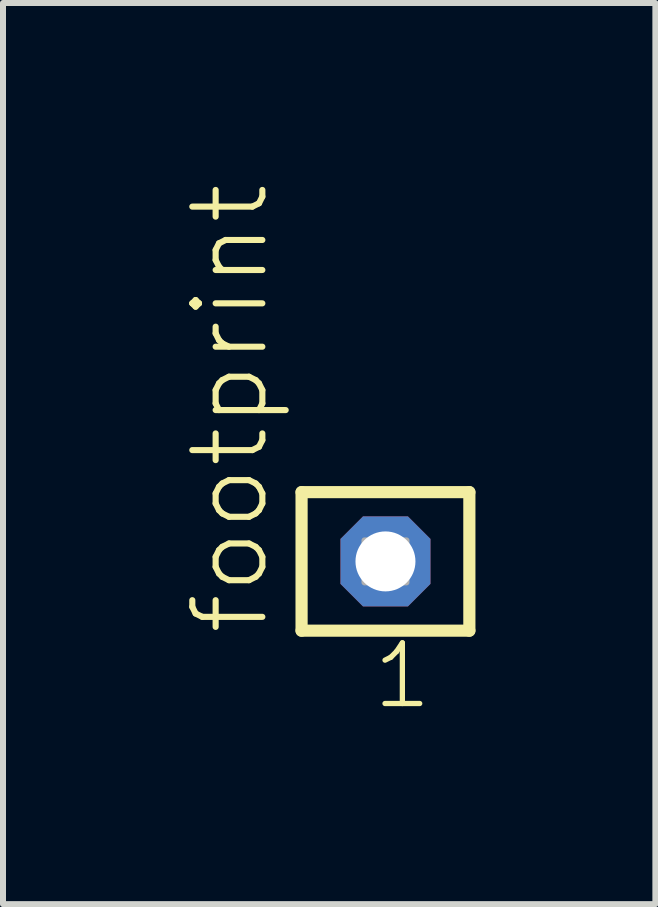
<source format=kicad_pcb>
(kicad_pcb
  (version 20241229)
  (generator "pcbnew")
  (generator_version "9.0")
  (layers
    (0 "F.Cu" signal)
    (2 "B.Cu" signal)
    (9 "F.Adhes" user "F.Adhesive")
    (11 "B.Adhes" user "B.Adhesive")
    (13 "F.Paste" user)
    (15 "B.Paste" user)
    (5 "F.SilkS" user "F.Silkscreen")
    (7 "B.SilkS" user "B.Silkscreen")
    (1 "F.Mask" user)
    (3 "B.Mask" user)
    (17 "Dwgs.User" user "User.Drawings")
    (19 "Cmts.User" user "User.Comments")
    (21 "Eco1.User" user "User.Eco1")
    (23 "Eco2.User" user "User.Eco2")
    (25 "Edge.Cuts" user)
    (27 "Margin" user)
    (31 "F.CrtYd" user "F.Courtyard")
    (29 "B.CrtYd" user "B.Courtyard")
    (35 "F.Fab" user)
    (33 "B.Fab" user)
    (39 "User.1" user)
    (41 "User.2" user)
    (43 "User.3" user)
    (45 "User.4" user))
  (footprint "footprint"
    (layer "F.Cu")
    (at 3.378 6.312)
    (property "Reference" "footprint" (at -1.905 1.27 90) (layer "F.SilkS") (effects (font (size 1.168 1.168) (thickness 0.102)) (justify left bottom)))
    (fp_line (start -1.399 -1.155) (end 1.399 -1.155) (stroke (width 0.203) (type solid)) (layer "F.SilkS"))
    (fp_line (start -1.399 1.155) (end -1.399 -1.155) (stroke (width 0.203) (type solid)) (layer "F.SilkS"))
    (fp_line (start 1.399 -1.155) (end 1.399 1.155) (stroke (width 0.203) (type solid)) (layer "F.SilkS"))
    (fp_line (start 1.399 1.155) (end -1.399 1.155) (stroke (width 0.203) (type solid)) (layer "F.SilkS"))
    (fp_poly (pts (xy -0.35 0.35) (xy 0.35 0.35) (xy 0.35 -0.35) (xy -0.35 -0.35)) (stroke (width 0.1) (type solid)) (fill no) (layer "F.Fab"))
    (fp_text user "1" (at -0.258 2.498 0) (layer "F.SilkS") (effects (font (size 1.012 1.012) (thickness 0.088)) (justify left bottom)))
    (pad "1" thru_hole roundrect (at 0 0 180) (size 1.5 1.5) (drill 1) (layers "*.Cu" "*.Mask") (roundrect_rratio 0.25) (chamfer_ratio 0.25) (chamfer top_left top_right bottom_left bottom_right)))
  (gr_rect
    (start -3 -3)
    (end 7.879 12.027)
    (stroke (width 0.1) (type default))
    (fill no)
    (layer "Edge.Cuts")))
</source>
